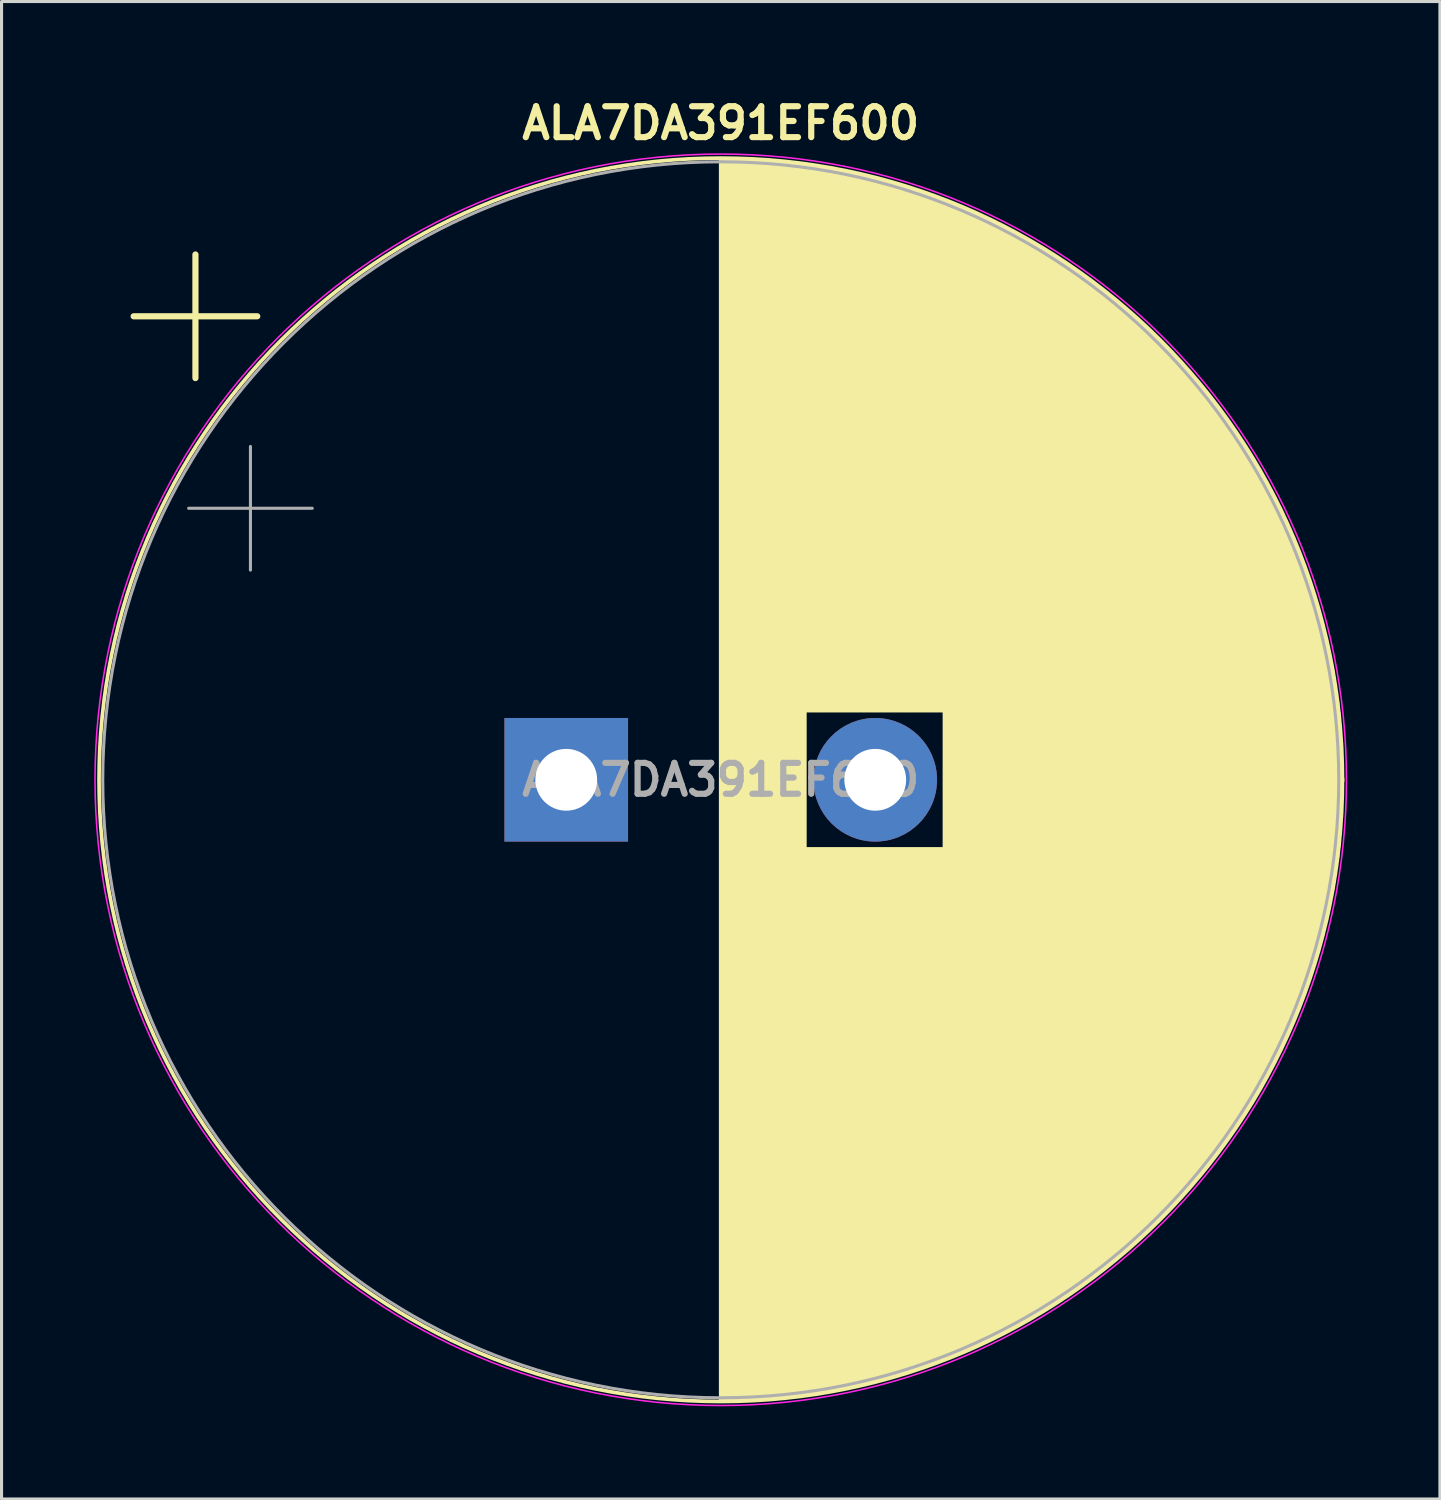
<source format=kicad_pcb>
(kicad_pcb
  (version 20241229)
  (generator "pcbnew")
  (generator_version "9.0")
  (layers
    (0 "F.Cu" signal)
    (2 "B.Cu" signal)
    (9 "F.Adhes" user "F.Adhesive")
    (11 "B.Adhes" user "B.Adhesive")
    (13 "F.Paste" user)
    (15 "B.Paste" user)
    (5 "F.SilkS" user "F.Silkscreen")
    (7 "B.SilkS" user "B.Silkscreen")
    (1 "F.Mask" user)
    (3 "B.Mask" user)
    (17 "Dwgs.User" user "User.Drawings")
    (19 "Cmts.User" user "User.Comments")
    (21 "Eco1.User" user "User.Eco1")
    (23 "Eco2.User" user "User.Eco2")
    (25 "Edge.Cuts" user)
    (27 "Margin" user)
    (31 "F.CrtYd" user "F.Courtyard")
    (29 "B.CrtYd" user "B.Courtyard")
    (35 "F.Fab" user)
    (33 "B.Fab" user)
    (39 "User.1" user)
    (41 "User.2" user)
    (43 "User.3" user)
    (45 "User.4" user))
  (footprint "ALA7DA391EF600"
    (layer "F.Cu")
    (at 15.275 22.186)
    (property "Reference" "ALA7DA391EF600" (at 5 -21.25 0) (layer "F.SilkS") (effects (font (size 1 1) (thickness 0.2))))
    (attr through_hole)
    (fp_line (start -14 -15) (end -10 -15) (stroke (width 0.2) (type solid)) (layer "F.SilkS"))
    (fp_line (start -12 -17) (end -12 -13) (stroke (width 0.2) (type solid)) (layer "F.SilkS"))
    (fp_line (start 5 -20.08) (end 5 20.08) (stroke (width 0.12) (type solid)) (layer "F.SilkS"))
    (fp_line (start 5.04 -20.08) (end 5.04 20.08) (stroke (width 0.12) (type solid)) (layer "F.SilkS"))
    (fp_line (start 5.08 -20.08) (end 5.08 20.08) (stroke (width 0.12) (type solid)) (layer "F.SilkS"))
    (fp_line (start 5.12 -20.08) (end 5.12 20.08) (stroke (width 0.12) (type solid)) (layer "F.SilkS"))
    (fp_line (start 5.16 -20.08) (end 5.16 20.08) (stroke (width 0.12) (type solid)) (layer "F.SilkS"))
    (fp_line (start 5.2 -20.08) (end 5.2 20.08) (stroke (width 0.12) (type solid)) (layer "F.SilkS"))
    (fp_line (start 5.24 -20.079) (end 5.24 20.079) (stroke (width 0.12) (type solid)) (layer "F.SilkS"))
    (fp_line (start 5.28 -20.079) (end 5.28 20.079) (stroke (width 0.12) (type solid)) (layer "F.SilkS"))
    (fp_line (start 5.32 -20.078) (end 5.32 20.078) (stroke (width 0.12) (type solid)) (layer "F.SilkS"))
    (fp_line (start 5.36 -20.077) (end 5.36 20.077) (stroke (width 0.12) (type solid)) (layer "F.SilkS"))
    (fp_line (start 5.44 -20.076) (end 5.44 20.076) (stroke (width 0.12) (type solid)) (layer "F.SilkS"))
    (fp_line (start 5.48 -20.075) (end 5.48 20.075) (stroke (width 0.12) (type solid)) (layer "F.SilkS"))
    (fp_line (start 5.52 -20.074) (end 5.52 20.074) (stroke (width 0.12) (type solid)) (layer "F.SilkS"))
    (fp_line (start 5.56 -20.073) (end 5.56 20.073) (stroke (width 0.12) (type solid)) (layer "F.SilkS"))
    (fp_line (start 5.6 -20.072) (end 5.6 20.072) (stroke (width 0.12) (type solid)) (layer "F.SilkS"))
    (fp_line (start 5.64 -20.07) (end 5.64 20.07) (stroke (width 0.12) (type solid)) (layer "F.SilkS"))
    (fp_line (start 5.68 -20.069) (end 5.68 20.069) (stroke (width 0.12) (type solid)) (layer "F.SilkS"))
    (fp_line (start 5.721 -20.068) (end 5.721 20.068) (stroke (width 0.12) (type solid)) (layer "F.SilkS"))
    (fp_line (start 5.761 -20.066) (end 5.761 20.066) (stroke (width 0.12) (type solid)) (layer "F.SilkS"))
    (fp_line (start 5.801 -20.065) (end 5.801 20.065) (stroke (width 0.12) (type solid)) (layer "F.SilkS"))
    (fp_line (start 5.841 -20.063) (end 5.841 20.063) (stroke (width 0.12) (type solid)) (layer "F.SilkS"))
    (fp_line (start 5.881 -20.061) (end 5.881 20.061) (stroke (width 0.12) (type solid)) (layer "F.SilkS"))
    (fp_line (start 5.921 -20.059) (end 5.921 20.059) (stroke (width 0.12) (type solid)) (layer "F.SilkS"))
    (fp_line (start 5.961 -20.058) (end 5.961 20.058) (stroke (width 0.12) (type solid)) (layer "F.SilkS"))
    (fp_line (start 6.001 -20.056) (end 6.001 20.056) (stroke (width 0.12) (type solid)) (layer "F.SilkS"))
    (fp_line (start 6.041 -20.054) (end 6.041 20.054) (stroke (width 0.12) (type solid)) (layer "F.SilkS"))
    (fp_line (start 6.081 -20.051) (end 6.081 20.051) (stroke (width 0.12) (type solid)) (layer "F.SilkS"))
    (fp_line (start 6.121 -20.049) (end 6.121 20.049) (stroke (width 0.12) (type solid)) (layer "F.SilkS"))
    (fp_line (start 6.161 -20.047) (end 6.161 20.047) (stroke (width 0.12) (type solid)) (layer "F.SilkS"))
    (fp_line (start 6.201 -20.045) (end 6.201 20.045) (stroke (width 0.12) (type solid)) (layer "F.SilkS"))
    (fp_line (start 6.241 -20.042) (end 6.241 20.042) (stroke (width 0.12) (type solid)) (layer "F.SilkS"))
    (fp_line (start 6.281 -20.04) (end 6.281 20.04) (stroke (width 0.12) (type solid)) (layer "F.SilkS"))
    (fp_line (start 6.321 -20.037) (end 6.321 20.037) (stroke (width 0.12) (type solid)) (layer "F.SilkS"))
    (fp_line (start 6.361 -20.034) (end 6.361 20.034) (stroke (width 0.12) (type solid)) (layer "F.SilkS"))
    (fp_line (start 6.401 -20.032) (end 6.401 20.032) (stroke (width 0.12) (type solid)) (layer "F.SilkS"))
    (fp_line (start 6.441 -20.029) (end 6.441 20.029) (stroke (width 0.12) (type solid)) (layer "F.SilkS"))
    (fp_line (start 6.481 -20.026) (end 6.481 20.026) (stroke (width 0.12) (type solid)) (layer "F.SilkS"))
    (fp_line (start 6.521 -20.023) (end 6.521 20.023) (stroke (width 0.12) (type solid)) (layer "F.SilkS"))
    (fp_line (start 6.561 -20.02) (end 6.561 20.02) (stroke (width 0.12) (type solid)) (layer "F.SilkS"))
    (fp_line (start 6.601 -20.017) (end 6.601 20.017) (stroke (width 0.12) (type solid)) (layer "F.SilkS"))
    (fp_line (start 6.641 -20.014) (end 6.641 20.014) (stroke (width 0.12) (type solid)) (layer "F.SilkS"))
    (fp_line (start 6.681 -20.01) (end 6.681 20.01) (stroke (width 0.12) (type solid)) (layer "F.SilkS"))
    (fp_line (start 6.721 -20.007) (end 6.721 20.007) (stroke (width 0.12) (type solid)) (layer "F.SilkS"))
    (fp_line (start 6.761 -20.003) (end 6.761 20.003) (stroke (width 0.12) (type solid)) (layer "F.SilkS"))
    (fp_line (start 6.801 -20) (end 6.801 20) (stroke (width 0.12) (type solid)) (layer "F.SilkS"))
    (fp_line (start 6.841 -19.996) (end 6.841 19.996) (stroke (width 0.12) (type solid)) (layer "F.SilkS"))
    (fp_line (start 6.921 -19.989) (end 6.921 19.989) (stroke (width 0.12) (type solid)) (layer "F.SilkS"))
    (fp_line (start 6.961 -19.985) (end 6.961 19.985) (stroke (width 0.12) (type solid)) (layer "F.SilkS"))
    (fp_line (start 7.001 -19.981) (end 7.001 19.981) (stroke (width 0.12) (type solid)) (layer "F.SilkS"))
    (fp_line (start 7.041 -19.977) (end 7.041 19.977) (stroke (width 0.12) (type solid)) (layer "F.SilkS"))
    (fp_line (start 7.081 -19.973) (end 7.081 19.973) (stroke (width 0.12) (type solid)) (layer "F.SilkS"))
    (fp_line (start 7.121 -19.968) (end 7.121 19.968) (stroke (width 0.12) (type solid)) (layer "F.SilkS"))
    (fp_line (start 7.161 -19.964) (end 7.161 19.964) (stroke (width 0.12) (type solid)) (layer "F.SilkS"))
    (fp_line (start 7.201 -19.96) (end 7.201 19.96) (stroke (width 0.12) (type solid)) (layer "F.SilkS"))
    (fp_line (start 7.241 -19.955) (end 7.241 19.955) (stroke (width 0.12) (type solid)) (layer "F.SilkS"))
    (fp_line (start 7.281 -19.951) (end 7.281 19.951) (stroke (width 0.12) (type solid)) (layer "F.SilkS"))
    (fp_line (start 7.321 -19.946) (end 7.321 19.946) (stroke (width 0.12) (type solid)) (layer "F.SilkS"))
    (fp_line (start 7.361 -19.942) (end 7.361 19.942) (stroke (width 0.12) (type solid)) (layer "F.SilkS"))
    (fp_line (start 7.401 -19.937) (end 7.401 19.937) (stroke (width 0.12) (type solid)) (layer "F.SilkS"))
    (fp_line (start 7.441 -19.932) (end 7.441 19.932) (stroke (width 0.12) (type solid)) (layer "F.SilkS"))
    (fp_line (start 7.481 -19.927) (end 7.481 19.927) (stroke (width 0.12) (type solid)) (layer "F.SilkS"))
    (fp_line (start 7.521 -19.922) (end 7.521 19.922) (stroke (width 0.12) (type solid)) (layer "F.SilkS"))
    (fp_line (start 7.561 -19.917) (end 7.561 19.917) (stroke (width 0.12) (type solid)) (layer "F.SilkS"))
    (fp_line (start 7.601 -19.912) (end 7.601 19.912) (stroke (width 0.12) (type solid)) (layer "F.SilkS"))
    (fp_line (start 7.641 -19.907) (end 7.641 19.907) (stroke (width 0.12) (type solid)) (layer "F.SilkS"))
    (fp_line (start 7.681 -19.901) (end 7.681 19.901) (stroke (width 0.12) (type solid)) (layer "F.SilkS"))
    (fp_line (start 7.721 -19.896) (end 7.721 19.896) (stroke (width 0.12) (type solid)) (layer "F.SilkS"))
    (fp_line (start 7.761 -19.89) (end 7.761 -2.24) (stroke (width 0.12) (type solid)) (layer "F.SilkS"))
    (fp_line (start 7.761 2.24) (end 7.761 19.89) (stroke (width 0.12) (type solid)) (layer "F.SilkS"))
    (fp_line (start 7.801 -19.885) (end 7.801 -2.24) (stroke (width 0.12) (type solid)) (layer "F.SilkS"))
    (fp_line (start 7.801 2.24) (end 7.801 19.885) (stroke (width 0.12) (type solid)) (layer "F.SilkS"))
    (fp_line (start 7.841 -19.879) (end 7.841 -2.24) (stroke (width 0.12) (type solid)) (layer "F.SilkS"))
    (fp_line (start 7.841 2.24) (end 7.841 19.879) (stroke (width 0.12) (type solid)) (layer "F.SilkS"))
    (fp_line (start 7.881 -19.873) (end 7.881 -2.24) (stroke (width 0.12) (type solid)) (layer "F.SilkS"))
    (fp_line (start 7.881 2.24) (end 7.881 19.873) (stroke (width 0.12) (type solid)) (layer "F.SilkS"))
    (fp_line (start 7.921 -19.867) (end 7.921 -2.24) (stroke (width 0.12) (type solid)) (layer "F.SilkS"))
    (fp_line (start 7.921 2.24) (end 7.921 19.867) (stroke (width 0.12) (type solid)) (layer "F.SilkS"))
    (fp_line (start 7.961 -19.862) (end 7.961 -2.24) (stroke (width 0.12) (type solid)) (layer "F.SilkS"))
    (fp_line (start 7.961 2.24) (end 7.961 19.862) (stroke (width 0.12) (type solid)) (layer "F.SilkS"))
    (fp_line (start 8.001 -19.856) (end 8.001 -2.24) (stroke (width 0.12) (type solid)) (layer "F.SilkS"))
    (fp_line (start 8.001 2.24) (end 8.001 19.856) (stroke (width 0.12) (type solid)) (layer "F.SilkS"))
    (fp_line (start 8.041 -19.85) (end 8.041 -2.24) (stroke (width 0.12) (type solid)) (layer "F.SilkS"))
    (fp_line (start 8.041 2.24) (end 8.041 19.85) (stroke (width 0.12) (type solid)) (layer "F.SilkS"))
    (fp_line (start 8.081 -19.843) (end 8.081 -2.24) (stroke (width 0.12) (type solid)) (layer "F.SilkS"))
    (fp_line (start 8.081 2.24) (end 8.081 19.843) (stroke (width 0.12) (type solid)) (layer "F.SilkS"))
    (fp_line (start 8.121 -19.837) (end 8.121 -2.24) (stroke (width 0.12) (type solid)) (layer "F.SilkS"))
    (fp_line (start 8.121 2.24) (end 8.121 19.837) (stroke (width 0.12) (type solid)) (layer "F.SilkS"))
    (fp_line (start 8.161 -19.831) (end 8.161 -2.24) (stroke (width 0.12) (type solid)) (layer "F.SilkS"))
    (fp_line (start 8.161 2.24) (end 8.161 19.831) (stroke (width 0.12) (type solid)) (layer "F.SilkS"))
    (fp_line (start 8.201 -19.824) (end 8.201 -2.24) (stroke (width 0.12) (type solid)) (layer "F.SilkS"))
    (fp_line (start 8.201 2.24) (end 8.201 19.824) (stroke (width 0.12) (type solid)) (layer "F.SilkS"))
    (fp_line (start 8.241 -19.818) (end 8.241 -2.24) (stroke (width 0.12) (type solid)) (layer "F.SilkS"))
    (fp_line (start 8.241 2.24) (end 8.241 19.818) (stroke (width 0.12) (type solid)) (layer "F.SilkS"))
    (fp_line (start 8.281 -19.811) (end 8.281 -2.24) (stroke (width 0.12) (type solid)) (layer "F.SilkS"))
    (fp_line (start 8.281 2.24) (end 8.281 19.811) (stroke (width 0.12) (type solid)) (layer "F.SilkS"))
    (fp_line (start 8.321 -19.805) (end 8.321 -2.24) (stroke (width 0.12) (type solid)) (layer "F.SilkS"))
    (fp_line (start 8.321 2.24) (end 8.321 19.805) (stroke (width 0.12) (type solid)) (layer "F.SilkS"))
    (fp_line (start 8.361 -19.798) (end 8.361 -2.24) (stroke (width 0.12) (type solid)) (layer "F.SilkS"))
    (fp_line (start 8.361 2.24) (end 8.361 19.798) (stroke (width 0.12) (type solid)) (layer "F.SilkS"))
    (fp_line (start 8.401 -19.791) (end 8.401 -2.24) (stroke (width 0.12) (type solid)) (layer "F.SilkS"))
    (fp_line (start 8.401 2.24) (end 8.401 19.791) (stroke (width 0.12) (type solid)) (layer "F.SilkS"))
    (fp_line (start 8.441 -19.784) (end 8.441 -2.24) (stroke (width 0.12) (type solid)) (layer "F.SilkS"))
    (fp_line (start 8.441 2.24) (end 8.441 19.784) (stroke (width 0.12) (type solid)) (layer "F.SilkS"))
    (fp_line (start 8.481 -19.777) (end 8.481 -2.24) (stroke (width 0.12) (type solid)) (layer "F.SilkS"))
    (fp_line (start 8.481 2.24) (end 8.481 19.777) (stroke (width 0.12) (type solid)) (layer "F.SilkS"))
    (fp_line (start 8.521 -19.77) (end 8.521 -2.24) (stroke (width 0.12) (type solid)) (layer "F.SilkS"))
    (fp_line (start 8.521 2.24) (end 8.521 19.77) (stroke (width 0.12) (type solid)) (layer "F.SilkS"))
    (fp_line (start 8.561 -19.763) (end 8.561 -2.24) (stroke (width 0.12) (type solid)) (layer "F.SilkS"))
    (fp_line (start 8.561 2.24) (end 8.561 19.763) (stroke (width 0.12) (type solid)) (layer "F.SilkS"))
    (fp_line (start 8.601 -19.756) (end 8.601 -2.24) (stroke (width 0.12) (type solid)) (layer "F.SilkS"))
    (fp_line (start 8.601 2.24) (end 8.601 19.756) (stroke (width 0.12) (type solid)) (layer "F.SilkS"))
    (fp_line (start 8.641 -19.748) (end 8.641 -2.24) (stroke (width 0.12) (type solid)) (layer "F.SilkS"))
    (fp_line (start 8.641 2.24) (end 8.641 19.748) (stroke (width 0.12) (type solid)) (layer "F.SilkS"))
    (fp_line (start 8.681 -19.741) (end 8.681 -2.24) (stroke (width 0.12) (type solid)) (layer "F.SilkS"))
    (fp_line (start 8.681 2.24) (end 8.681 19.741) (stroke (width 0.12) (type solid)) (layer "F.SilkS"))
    (fp_line (start 8.721 -19.734) (end 8.721 -2.24) (stroke (width 0.12) (type solid)) (layer "F.SilkS"))
    (fp_line (start 8.721 2.24) (end 8.721 19.734) (stroke (width 0.12) (type solid)) (layer "F.SilkS"))
    (fp_line (start 8.761 -19.726) (end 8.761 -2.24) (stroke (width 0.12) (type solid)) (layer "F.SilkS"))
    (fp_line (start 8.761 2.24) (end 8.761 19.726) (stroke (width 0.12) (type solid)) (layer "F.SilkS"))
    (fp_line (start 8.801 -19.718) (end 8.801 -2.24) (stroke (width 0.12) (type solid)) (layer "F.SilkS"))
    (fp_line (start 8.801 2.24) (end 8.801 19.718) (stroke (width 0.12) (type solid)) (layer "F.SilkS"))
    (fp_line (start 8.841 -19.711) (end 8.841 -2.24) (stroke (width 0.12) (type solid)) (layer "F.SilkS"))
    (fp_line (start 8.841 2.24) (end 8.841 19.711) (stroke (width 0.12) (type solid)) (layer "F.SilkS"))
    (fp_line (start 8.881 -19.703) (end 8.881 -2.24) (stroke (width 0.12) (type solid)) (layer "F.SilkS"))
    (fp_line (start 8.881 2.24) (end 8.881 19.703) (stroke (width 0.12) (type solid)) (layer "F.SilkS"))
    (fp_line (start 8.921 -19.695) (end 8.921 -2.24) (stroke (width 0.12) (type solid)) (layer "F.SilkS"))
    (fp_line (start 8.921 2.24) (end 8.921 19.695) (stroke (width 0.12) (type solid)) (layer "F.SilkS"))
    (fp_line (start 8.961 -19.687) (end 8.961 -2.24) (stroke (width 0.12) (type solid)) (layer "F.SilkS"))
    (fp_line (start 8.961 2.24) (end 8.961 19.687) (stroke (width 0.12) (type solid)) (layer "F.SilkS"))
    (fp_line (start 9.001 -19.679) (end 9.001 -2.24) (stroke (width 0.12) (type solid)) (layer "F.SilkS"))
    (fp_line (start 9.001 2.24) (end 9.001 19.679) (stroke (width 0.12) (type solid)) (layer "F.SilkS"))
    (fp_line (start 9.041 -19.671) (end 9.041 -2.24) (stroke (width 0.12) (type solid)) (layer "F.SilkS"))
    (fp_line (start 9.041 2.24) (end 9.041 19.671) (stroke (width 0.12) (type solid)) (layer "F.SilkS"))
    (fp_line (start 9.081 -19.662) (end 9.081 -2.24) (stroke (width 0.12) (type solid)) (layer "F.SilkS"))
    (fp_line (start 9.081 2.24) (end 9.081 19.662) (stroke (width 0.12) (type solid)) (layer "F.SilkS"))
    (fp_line (start 9.121 -19.654) (end 9.121 -2.24) (stroke (width 0.12) (type solid)) (layer "F.SilkS"))
    (fp_line (start 9.121 2.24) (end 9.121 19.654) (stroke (width 0.12) (type solid)) (layer "F.SilkS"))
    (fp_line (start 9.161 -19.646) (end 9.161 -2.24) (stroke (width 0.12) (type solid)) (layer "F.SilkS"))
    (fp_line (start 9.161 2.24) (end 9.161 19.646) (stroke (width 0.12) (type solid)) (layer "F.SilkS"))
    (fp_line (start 9.201 -19.637) (end 9.201 -2.24) (stroke (width 0.12) (type solid)) (layer "F.SilkS"))
    (fp_line (start 9.201 2.24) (end 9.201 19.637) (stroke (width 0.12) (type solid)) (layer "F.SilkS"))
    (fp_line (start 9.241 -19.629) (end 9.241 -2.24) (stroke (width 0.12) (type solid)) (layer "F.SilkS"))
    (fp_line (start 9.241 2.24) (end 9.241 19.629) (stroke (width 0.12) (type solid)) (layer "F.SilkS"))
    (fp_line (start 9.281 -19.62) (end 9.281 -2.24) (stroke (width 0.12) (type solid)) (layer "F.SilkS"))
    (fp_line (start 9.281 2.24) (end 9.281 19.62) (stroke (width 0.12) (type solid)) (layer "F.SilkS"))
    (fp_line (start 9.321 -19.611) (end 9.321 -2.24) (stroke (width 0.12) (type solid)) (layer "F.SilkS"))
    (fp_line (start 9.321 2.24) (end 9.321 19.611) (stroke (width 0.12) (type solid)) (layer "F.SilkS"))
    (fp_line (start 9.361 -19.602) (end 9.361 -2.24) (stroke (width 0.12) (type solid)) (layer "F.SilkS"))
    (fp_line (start 9.361 2.24) (end 9.361 19.602) (stroke (width 0.12) (type solid)) (layer "F.SilkS"))
    (fp_line (start 9.401 -19.593) (end 9.401 -2.24) (stroke (width 0.12) (type solid)) (layer "F.SilkS"))
    (fp_line (start 9.401 2.24) (end 9.401 19.593) (stroke (width 0.12) (type solid)) (layer "F.SilkS"))
    (fp_line (start 9.441 -19.584) (end 9.441 -2.24) (stroke (width 0.12) (type solid)) (layer "F.SilkS"))
    (fp_line (start 9.441 2.24) (end 9.441 19.584) (stroke (width 0.12) (type solid)) (layer "F.SilkS"))
    (fp_line (start 9.481 -19.575) (end 9.481 -2.24) (stroke (width 0.12) (type solid)) (layer "F.SilkS"))
    (fp_line (start 9.481 2.24) (end 9.481 19.575) (stroke (width 0.12) (type solid)) (layer "F.SilkS"))
    (fp_line (start 9.521 -19.566) (end 9.521 -2.24) (stroke (width 0.12) (type solid)) (layer "F.SilkS"))
    (fp_line (start 9.521 2.24) (end 9.521 19.566) (stroke (width 0.12) (type solid)) (layer "F.SilkS"))
    (fp_line (start 9.561 -19.557) (end 9.561 -2.24) (stroke (width 0.12) (type solid)) (layer "F.SilkS"))
    (fp_line (start 9.561 2.24) (end 9.561 19.557) (stroke (width 0.12) (type solid)) (layer "F.SilkS"))
    (fp_line (start 9.601 -19.548) (end 9.601 -2.24) (stroke (width 0.12) (type solid)) (layer "F.SilkS"))
    (fp_line (start 9.601 2.24) (end 9.601 19.548) (stroke (width 0.12) (type solid)) (layer "F.SilkS"))
    (fp_line (start 9.641 -19.538) (end 9.641 -2.24) (stroke (width 0.12) (type solid)) (layer "F.SilkS"))
    (fp_line (start 9.641 2.24) (end 9.641 19.538) (stroke (width 0.12) (type solid)) (layer "F.SilkS"))
    (fp_line (start 9.681 -19.529) (end 9.681 -2.24) (stroke (width 0.12) (type solid)) (layer "F.SilkS"))
    (fp_line (start 9.681 2.24) (end 9.681 19.529) (stroke (width 0.12) (type solid)) (layer "F.SilkS"))
    (fp_line (start 9.721 -19.519) (end 9.721 -2.24) (stroke (width 0.12) (type solid)) (layer "F.SilkS"))
    (fp_line (start 9.721 2.24) (end 9.721 19.519) (stroke (width 0.12) (type solid)) (layer "F.SilkS"))
    (fp_line (start 9.761 -19.509) (end 9.761 -2.24) (stroke (width 0.12) (type solid)) (layer "F.SilkS"))
    (fp_line (start 9.761 2.24) (end 9.761 19.509) (stroke (width 0.12) (type solid)) (layer "F.SilkS"))
    (fp_line (start 9.801 -19.5) (end 9.801 -2.24) (stroke (width 0.12) (type solid)) (layer "F.SilkS"))
    (fp_line (start 9.801 2.24) (end 9.801 19.5) (stroke (width 0.12) (type solid)) (layer "F.SilkS"))
    (fp_line (start 9.841 -19.49) (end 9.841 -2.24) (stroke (width 0.12) (type solid)) (layer "F.SilkS"))
    (fp_line (start 9.841 2.24) (end 9.841 19.49) (stroke (width 0.12) (type solid)) (layer "F.SilkS"))
    (fp_line (start 9.881 -19.48) (end 9.881 -2.24) (stroke (width 0.12) (type solid)) (layer "F.SilkS"))
    (fp_line (start 9.881 2.24) (end 9.881 19.48) (stroke (width 0.12) (type solid)) (layer "F.SilkS"))
    (fp_line (start 9.921 -19.47) (end 9.921 -2.24) (stroke (width 0.12) (type solid)) (layer "F.SilkS"))
    (fp_line (start 9.921 2.24) (end 9.921 19.47) (stroke (width 0.12) (type solid)) (layer "F.SilkS"))
    (fp_line (start 9.961 -19.46) (end 9.961 -2.24) (stroke (width 0.12) (type solid)) (layer "F.SilkS"))
    (fp_line (start 9.961 2.24) (end 9.961 19.46) (stroke (width 0.12) (type solid)) (layer "F.SilkS"))
    (fp_line (start 10.001 -19.449) (end 10.001 -2.24) (stroke (width 0.12) (type solid)) (layer "F.SilkS"))
    (fp_line (start 10.001 2.24) (end 10.001 19.449) (stroke (width 0.12) (type solid)) (layer "F.SilkS"))
    (fp_line (start 10.041 -19.439) (end 10.041 -2.24) (stroke (width 0.12) (type solid)) (layer "F.SilkS"))
    (fp_line (start 10.041 2.24) (end 10.041 19.439) (stroke (width 0.12) (type solid)) (layer "F.SilkS"))
    (fp_line (start 10.081 -19.429) (end 10.081 -2.24) (stroke (width 0.12) (type solid)) (layer "F.SilkS"))
    (fp_line (start 10.081 2.24) (end 10.081 19.429) (stroke (width 0.12) (type solid)) (layer "F.SilkS"))
    (fp_line (start 10.121 -19.418) (end 10.121 -2.24) (stroke (width 0.12) (type solid)) (layer "F.SilkS"))
    (fp_line (start 10.121 2.24) (end 10.121 19.418) (stroke (width 0.12) (type solid)) (layer "F.SilkS"))
    (fp_line (start 10.161 -19.408) (end 10.161 -2.24) (stroke (width 0.12) (type solid)) (layer "F.SilkS"))
    (fp_line (start 10.161 2.24) (end 10.161 19.408) (stroke (width 0.12) (type solid)) (layer "F.SilkS"))
    (fp_line (start 10.201 -19.397) (end 10.201 -2.24) (stroke (width 0.12) (type solid)) (layer "F.SilkS"))
    (fp_line (start 10.201 2.24) (end 10.201 19.397) (stroke (width 0.12) (type solid)) (layer "F.SilkS"))
    (fp_line (start 10.241 -19.386) (end 10.241 -2.24) (stroke (width 0.12) (type solid)) (layer "F.SilkS"))
    (fp_line (start 10.241 2.24) (end 10.241 19.386) (stroke (width 0.12) (type solid)) (layer "F.SilkS"))
    (fp_line (start 10.281 -19.375) (end 10.281 -2.24) (stroke (width 0.12) (type solid)) (layer "F.SilkS"))
    (fp_line (start 10.281 2.24) (end 10.281 19.375) (stroke (width 0.12) (type solid)) (layer "F.SilkS"))
    (fp_line (start 10.321 -19.364) (end 10.321 -2.24) (stroke (width 0.12) (type solid)) (layer "F.SilkS"))
    (fp_line (start 10.321 2.24) (end 10.321 19.364) (stroke (width 0.12) (type solid)) (layer "F.SilkS"))
    (fp_line (start 10.361 -19.353) (end 10.361 -2.24) (stroke (width 0.12) (type solid)) (layer "F.SilkS"))
    (fp_line (start 10.361 2.24) (end 10.361 19.353) (stroke (width 0.12) (type solid)) (layer "F.SilkS"))
    (fp_line (start 10.401 -19.342) (end 10.401 -2.24) (stroke (width 0.12) (type solid)) (layer "F.SilkS"))
    (fp_line (start 10.401 2.24) (end 10.401 19.342) (stroke (width 0.12) (type solid)) (layer "F.SilkS"))
    (fp_line (start 10.441 -19.331) (end 10.441 -2.24) (stroke (width 0.12) (type solid)) (layer "F.SilkS"))
    (fp_line (start 10.441 2.24) (end 10.441 19.331) (stroke (width 0.12) (type solid)) (layer "F.SilkS"))
    (fp_line (start 10.481 -19.32) (end 10.481 -2.24) (stroke (width 0.12) (type solid)) (layer "F.SilkS"))
    (fp_line (start 10.481 2.24) (end 10.481 19.32) (stroke (width 0.12) (type solid)) (layer "F.SilkS"))
    (fp_line (start 10.521 -19.308) (end 10.521 -2.24) (stroke (width 0.12) (type solid)) (layer "F.SilkS"))
    (fp_line (start 10.521 2.24) (end 10.521 19.308) (stroke (width 0.12) (type solid)) (layer "F.SilkS"))
    (fp_line (start 10.561 -19.297) (end 10.561 -2.24) (stroke (width 0.12) (type solid)) (layer "F.SilkS"))
    (fp_line (start 10.561 2.24) (end 10.561 19.297) (stroke (width 0.12) (type solid)) (layer "F.SilkS"))
    (fp_line (start 10.601 -19.285) (end 10.601 -2.24) (stroke (width 0.12) (type solid)) (layer "F.SilkS"))
    (fp_line (start 10.601 2.24) (end 10.601 19.285) (stroke (width 0.12) (type solid)) (layer "F.SilkS"))
    (fp_line (start 10.641 -19.274) (end 10.641 -2.24) (stroke (width 0.12) (type solid)) (layer "F.SilkS"))
    (fp_line (start 10.641 2.24) (end 10.641 19.274) (stroke (width 0.12) (type solid)) (layer "F.SilkS"))
    (fp_line (start 10.681 -19.262) (end 10.681 -2.24) (stroke (width 0.12) (type solid)) (layer "F.SilkS"))
    (fp_line (start 10.681 2.24) (end 10.681 19.262) (stroke (width 0.12) (type solid)) (layer "F.SilkS"))
    (fp_line (start 10.721 -19.25) (end 10.721 -2.24) (stroke (width 0.12) (type solid)) (layer "F.SilkS"))
    (fp_line (start 10.721 2.24) (end 10.721 19.25) (stroke (width 0.12) (type solid)) (layer "F.SilkS"))
    (fp_line (start 10.761 -19.238) (end 10.761 -2.24) (stroke (width 0.12) (type solid)) (layer "F.SilkS"))
    (fp_line (start 10.761 2.24) (end 10.761 19.238) (stroke (width 0.12) (type solid)) (layer "F.SilkS"))
    (fp_line (start 10.801 -19.226) (end 10.801 -2.24) (stroke (width 0.12) (type solid)) (layer "F.SilkS"))
    (fp_line (start 10.801 2.24) (end 10.801 19.226) (stroke (width 0.12) (type solid)) (layer "F.SilkS"))
    (fp_line (start 10.841 -19.214) (end 10.841 -2.24) (stroke (width 0.12) (type solid)) (layer "F.SilkS"))
    (fp_line (start 10.841 2.24) (end 10.841 19.214) (stroke (width 0.12) (type solid)) (layer "F.SilkS"))
    (fp_line (start 10.881 -19.202) (end 10.881 -2.24) (stroke (width 0.12) (type solid)) (layer "F.SilkS"))
    (fp_line (start 10.881 2.24) (end 10.881 19.202) (stroke (width 0.12) (type solid)) (layer "F.SilkS"))
    (fp_line (start 10.921 -19.19) (end 10.921 -2.24) (stroke (width 0.12) (type solid)) (layer "F.SilkS"))
    (fp_line (start 10.921 2.24) (end 10.921 19.19) (stroke (width 0.12) (type solid)) (layer "F.SilkS"))
    (fp_line (start 10.961 -19.177) (end 10.961 -2.24) (stroke (width 0.12) (type solid)) (layer "F.SilkS"))
    (fp_line (start 10.961 2.24) (end 10.961 19.177) (stroke (width 0.12) (type solid)) (layer "F.SilkS"))
    (fp_line (start 11.001 -19.165) (end 11.001 -2.24) (stroke (width 0.12) (type solid)) (layer "F.SilkS"))
    (fp_line (start 11.001 2.24) (end 11.001 19.165) (stroke (width 0.12) (type solid)) (layer "F.SilkS"))
    (fp_line (start 11.041 -19.152) (end 11.041 -2.24) (stroke (width 0.12) (type solid)) (layer "F.SilkS"))
    (fp_line (start 11.041 2.24) (end 11.041 19.152) (stroke (width 0.12) (type solid)) (layer "F.SilkS"))
    (fp_line (start 11.081 -19.14) (end 11.081 -2.24) (stroke (width 0.12) (type solid)) (layer "F.SilkS"))
    (fp_line (start 11.081 2.24) (end 11.081 19.14) (stroke (width 0.12) (type solid)) (layer "F.SilkS"))
    (fp_line (start 11.121 -19.127) (end 11.121 -2.24) (stroke (width 0.12) (type solid)) (layer "F.SilkS"))
    (fp_line (start 11.121 2.24) (end 11.121 19.127) (stroke (width 0.12) (type solid)) (layer "F.SilkS"))
    (fp_line (start 11.161 -19.114) (end 11.161 -2.24) (stroke (width 0.12) (type solid)) (layer "F.SilkS"))
    (fp_line (start 11.161 2.24) (end 11.161 19.114) (stroke (width 0.12) (type solid)) (layer "F.SilkS"))
    (fp_line (start 11.201 -19.101) (end 11.201 -2.24) (stroke (width 0.12) (type solid)) (layer "F.SilkS"))
    (fp_line (start 11.201 2.24) (end 11.201 19.101) (stroke (width 0.12) (type solid)) (layer "F.SilkS"))
    (fp_line (start 11.241 -19.088) (end 11.241 -2.24) (stroke (width 0.12) (type solid)) (layer "F.SilkS"))
    (fp_line (start 11.241 2.24) (end 11.241 19.088) (stroke (width 0.12) (type solid)) (layer "F.SilkS"))
    (fp_line (start 11.281 -19.075) (end 11.281 -2.24) (stroke (width 0.12) (type solid)) (layer "F.SilkS"))
    (fp_line (start 11.281 2.24) (end 11.281 19.075) (stroke (width 0.12) (type solid)) (layer "F.SilkS"))
    (fp_line (start 11.321 -19.062) (end 11.321 -2.24) (stroke (width 0.12) (type solid)) (layer "F.SilkS"))
    (fp_line (start 11.321 2.24) (end 11.321 19.062) (stroke (width 0.12) (type solid)) (layer "F.SilkS"))
    (fp_line (start 11.361 -19.049) (end 11.361 -2.24) (stroke (width 0.12) (type solid)) (layer "F.SilkS"))
    (fp_line (start 11.361 2.24) (end 11.361 19.049) (stroke (width 0.12) (type solid)) (layer "F.SilkS"))
    (fp_line (start 11.401 -19.035) (end 11.401 -2.24) (stroke (width 0.12) (type solid)) (layer "F.SilkS"))
    (fp_line (start 11.401 2.24) (end 11.401 19.035) (stroke (width 0.12) (type solid)) (layer "F.SilkS"))
    (fp_line (start 11.441 -19.022) (end 11.441 -2.24) (stroke (width 0.12) (type solid)) (layer "F.SilkS"))
    (fp_line (start 11.441 2.24) (end 11.441 19.022) (stroke (width 0.12) (type solid)) (layer "F.SilkS"))
    (fp_line (start 11.481 -19.008) (end 11.481 -2.24) (stroke (width 0.12) (type solid)) (layer "F.SilkS"))
    (fp_line (start 11.481 2.24) (end 11.481 19.008) (stroke (width 0.12) (type solid)) (layer "F.SilkS"))
    (fp_line (start 11.521 -18.995) (end 11.521 -2.24) (stroke (width 0.12) (type solid)) (layer "F.SilkS"))
    (fp_line (start 11.521 2.24) (end 11.521 18.995) (stroke (width 0.12) (type solid)) (layer "F.SilkS"))
    (fp_line (start 11.561 -18.981) (end 11.561 -2.24) (stroke (width 0.12) (type solid)) (layer "F.SilkS"))
    (fp_line (start 11.561 2.24) (end 11.561 18.981) (stroke (width 0.12) (type solid)) (layer "F.SilkS"))
    (fp_line (start 11.601 -18.967) (end 11.601 -2.24) (stroke (width 0.12) (type solid)) (layer "F.SilkS"))
    (fp_line (start 11.601 2.24) (end 11.601 18.967) (stroke (width 0.12) (type solid)) (layer "F.SilkS"))
    (fp_line (start 11.641 -18.953) (end 11.641 -2.24) (stroke (width 0.12) (type solid)) (layer "F.SilkS"))
    (fp_line (start 11.641 2.24) (end 11.641 18.953) (stroke (width 0.12) (type solid)) (layer "F.SilkS"))
    (fp_line (start 11.681 -18.939) (end 11.681 -2.24) (stroke (width 0.12) (type solid)) (layer "F.SilkS"))
    (fp_line (start 11.681 2.24) (end 11.681 18.939) (stroke (width 0.12) (type solid)) (layer "F.SilkS"))
    (fp_line (start 11.721 -18.925) (end 11.721 -2.24) (stroke (width 0.12) (type solid)) (layer "F.SilkS"))
    (fp_line (start 11.721 2.24) (end 11.721 18.925) (stroke (width 0.12) (type solid)) (layer "F.SilkS"))
    (fp_line (start 11.761 -18.911) (end 11.761 -2.24) (stroke (width 0.12) (type solid)) (layer "F.SilkS"))
    (fp_line (start 11.761 2.24) (end 11.761 18.911) (stroke (width 0.12) (type solid)) (layer "F.SilkS"))
    (fp_line (start 11.801 -18.897) (end 11.801 -2.24) (stroke (width 0.12) (type solid)) (layer "F.SilkS"))
    (fp_line (start 11.801 2.24) (end 11.801 18.897) (stroke (width 0.12) (type solid)) (layer "F.SilkS"))
    (fp_line (start 11.841 -18.882) (end 11.841 -2.24) (stroke (width 0.12) (type solid)) (layer "F.SilkS"))
    (fp_line (start 11.841 2.24) (end 11.841 18.882) (stroke (width 0.12) (type solid)) (layer "F.SilkS"))
    (fp_line (start 11.881 -18.868) (end 11.881 -2.24) (stroke (width 0.12) (type solid)) (layer "F.SilkS"))
    (fp_line (start 11.881 2.24) (end 11.881 18.868) (stroke (width 0.12) (type solid)) (layer "F.SilkS"))
    (fp_line (start 11.921 -18.853) (end 11.921 -2.24) (stroke (width 0.12) (type solid)) (layer "F.SilkS"))
    (fp_line (start 11.921 2.24) (end 11.921 18.853) (stroke (width 0.12) (type solid)) (layer "F.SilkS"))
    (fp_line (start 11.961 -18.838) (end 11.961 -2.24) (stroke (width 0.12) (type solid)) (layer "F.SilkS"))
    (fp_line (start 11.961 2.24) (end 11.961 18.838) (stroke (width 0.12) (type solid)) (layer "F.SilkS"))
    (fp_line (start 12.001 -18.824) (end 12.001 -2.24) (stroke (width 0.12) (type solid)) (layer "F.SilkS"))
    (fp_line (start 12.001 2.24) (end 12.001 18.824) (stroke (width 0.12) (type solid)) (layer "F.SilkS"))
    (fp_line (start 12.041 -18.809) (end 12.041 -2.24) (stroke (width 0.12) (type solid)) (layer "F.SilkS"))
    (fp_line (start 12.041 2.24) (end 12.041 18.809) (stroke (width 0.12) (type solid)) (layer "F.SilkS"))
    (fp_line (start 12.081 -18.794) (end 12.081 -2.24) (stroke (width 0.12) (type solid)) (layer "F.SilkS"))
    (fp_line (start 12.081 2.24) (end 12.081 18.794) (stroke (width 0.12) (type solid)) (layer "F.SilkS"))
    (fp_line (start 12.121 -18.779) (end 12.121 -2.24) (stroke (width 0.12) (type solid)) (layer "F.SilkS"))
    (fp_line (start 12.121 2.24) (end 12.121 18.779) (stroke (width 0.12) (type solid)) (layer "F.SilkS"))
    (fp_line (start 12.161 -18.763) (end 12.161 -2.24) (stroke (width 0.12) (type solid)) (layer "F.SilkS"))
    (fp_line (start 12.161 2.24) (end 12.161 18.763) (stroke (width 0.12) (type solid)) (layer "F.SilkS"))
    (fp_line (start 12.201 -18.748) (end 12.201 -2.24) (stroke (width 0.12) (type solid)) (layer "F.SilkS"))
    (fp_line (start 12.201 2.24) (end 12.201 18.748) (stroke (width 0.12) (type solid)) (layer "F.SilkS"))
    (fp_line (start 12.241 -18.733) (end 12.241 18.733) (stroke (width 0.12) (type solid)) (layer "F.SilkS"))
    (fp_line (start 12.281 -18.717) (end 12.281 18.717) (stroke (width 0.12) (type solid)) (layer "F.SilkS"))
    (fp_line (start 12.321 -18.702) (end 12.321 18.702) (stroke (width 0.12) (type solid)) (layer "F.SilkS"))
    (fp_line (start 12.361 -18.686) (end 12.361 18.686) (stroke (width 0.12) (type solid)) (layer "F.SilkS"))
    (fp_line (start 12.401 -18.67) (end 12.401 18.67) (stroke (width 0.12) (type solid)) (layer "F.SilkS"))
    (fp_line (start 12.441 -18.654) (end 12.441 18.654) (stroke (width 0.12) (type solid)) (layer "F.SilkS"))
    (fp_line (start 12.481 -18.638) (end 12.481 18.638) (stroke (width 0.12) (type solid)) (layer "F.SilkS"))
    (fp_line (start 12.521 -18.622) (end 12.521 18.622) (stroke (width 0.12) (type solid)) (layer "F.SilkS"))
    (fp_line (start 12.561 -18.606) (end 12.561 18.606) (stroke (width 0.12) (type solid)) (layer "F.SilkS"))
    (fp_line (start 12.601 -18.59) (end 12.601 18.59) (stroke (width 0.12) (type solid)) (layer "F.SilkS"))
    (fp_line (start 12.641 -18.574) (end 12.641 18.574) (stroke (width 0.12) (type solid)) (layer "F.SilkS"))
    (fp_line (start 12.681 -18.557) (end 12.681 18.557) (stroke (width 0.12) (type solid)) (layer "F.SilkS"))
    (fp_line (start 12.721 -18.54) (end 12.721 18.54) (stroke (width 0.12) (type solid)) (layer "F.SilkS"))
    (fp_line (start 12.761 -18.524) (end 12.761 18.524) (stroke (width 0.12) (type solid)) (layer "F.SilkS"))
    (fp_line (start 12.801 -18.507) (end 12.801 18.507) (stroke (width 0.12) (type solid)) (layer "F.SilkS"))
    (fp_line (start 12.841 -18.49) (end 12.841 18.49) (stroke (width 0.12) (type solid)) (layer "F.SilkS"))
    (fp_line (start 12.881 -18.473) (end 12.881 18.473) (stroke (width 0.12) (type solid)) (layer "F.SilkS"))
    (fp_line (start 12.921 -18.456) (end 12.921 18.456) (stroke (width 0.12) (type solid)) (layer "F.SilkS"))
    (fp_line (start 12.961 -18.439) (end 12.961 18.439) (stroke (width 0.12) (type solid)) (layer "F.SilkS"))
    (fp_line (start 13.001 -18.422) (end 13.001 18.422) (stroke (width 0.12) (type solid)) (layer "F.SilkS"))
    (fp_line (start 13.041 -18.404) (end 13.041 18.404) (stroke (width 0.12) (type solid)) (layer "F.SilkS"))
    (fp_line (start 13.081 -18.387) (end 13.081 18.387) (stroke (width 0.12) (type solid)) (layer "F.SilkS"))
    (fp_line (start 13.121 -18.369) (end 13.121 18.369) (stroke (width 0.12) (type solid)) (layer "F.SilkS"))
    (fp_line (start 13.161 -18.351) (end 13.161 18.351) (stroke (width 0.12) (type solid)) (layer "F.SilkS"))
    (fp_line (start 13.2 -18.334) (end 13.2 18.334) (stroke (width 0.12) (type solid)) (layer "F.SilkS"))
    (fp_line (start 13.24 -18.316) (end 13.24 18.316) (stroke (width 0.12) (type solid)) (layer "F.SilkS"))
    (fp_line (start 13.28 -18.298) (end 13.28 18.298) (stroke (width 0.12) (type solid)) (layer "F.SilkS"))
    (fp_line (start 13.32 -18.28) (end 13.32 18.28) (stroke (width 0.12) (type solid)) (layer "F.SilkS"))
    (fp_line (start 13.36 -18.261) (end 13.36 18.261) (stroke (width 0.12) (type solid)) (layer "F.SilkS"))
    (fp_line (start 13.4 -18.243) (end 13.4 18.243) (stroke (width 0.12) (type solid)) (layer "F.SilkS"))
    (fp_line (start 13.44 -18.225) (end 13.44 18.225) (stroke (width 0.12) (type solid)) (layer "F.SilkS"))
    (fp_line (start 13.48 -18.206) (end 13.48 18.206) (stroke (width 0.12) (type solid)) (layer "F.SilkS"))
    (fp_line (start 13.52 -18.188) (end 13.52 18.188) (stroke (width 0.12) (type solid)) (layer "F.SilkS"))
    (fp_line (start 13.56 -18.169) (end 13.56 18.169) (stroke (width 0.12) (type solid)) (layer "F.SilkS"))
    (fp_line (start 13.6 -18.15) (end 13.6 18.15) (stroke (width 0.12) (type solid)) (layer "F.SilkS"))
    (fp_line (start 13.64 -18.131) (end 13.64 18.131) (stroke (width 0.12) (type solid)) (layer "F.SilkS"))
    (fp_line (start 13.68 -18.112) (end 13.68 18.112) (stroke (width 0.12) (type solid)) (layer "F.SilkS"))
    (fp_line (start 13.72 -18.093) (end 13.72 18.093) (stroke (width 0.12) (type solid)) (layer "F.SilkS"))
    (fp_line (start 13.76 -18.073) (end 13.76 18.073) (stroke (width 0.12) (type solid)) (layer "F.SilkS"))
    (fp_line (start 13.8 -18.054) (end 13.8 18.054) (stroke (width 0.12) (type solid)) (layer "F.SilkS"))
    (fp_line (start 13.84 -18.034) (end 13.84 18.034) (stroke (width 0.12) (type solid)) (layer "F.SilkS"))
    (fp_line (start 13.88 -18.015) (end 13.88 18.015) (stroke (width 0.12) (type solid)) (layer "F.SilkS"))
    (fp_line (start 13.92 -17.995) (end 13.92 17.995) (stroke (width 0.12) (type solid)) (layer "F.SilkS"))
    (fp_line (start 13.96 -17.975) (end 13.96 17.975) (stroke (width 0.12) (type solid)) (layer "F.SilkS"))
    (fp_line (start 14 -17.955) (end 14 17.955) (stroke (width 0.12) (type solid)) (layer "F.SilkS"))
    (fp_line (start 14.04 -17.935) (end 14.04 17.935) (stroke (width 0.12) (type solid)) (layer "F.SilkS"))
    (fp_line (start 14.08 -17.915) (end 14.08 17.915) (stroke (width 0.12) (type solid)) (layer "F.SilkS"))
    (fp_line (start 14.12 -17.895) (end 14.12 17.895) (stroke (width 0.12) (type solid)) (layer "F.SilkS"))
    (fp_line (start 14.16 -17.874) (end 14.16 17.874) (stroke (width 0.12) (type solid)) (layer "F.SilkS"))
    (fp_line (start 14.2 -17.854) (end 14.2 17.854) (stroke (width 0.12) (type solid)) (layer "F.SilkS"))
    (fp_line (start 14.24 -17.833) (end 14.24 17.833) (stroke (width 0.12) (type solid)) (layer "F.SilkS"))
    (fp_line (start 14.28 -17.813) (end 14.28 17.813) (stroke (width 0.12) (type solid)) (layer "F.SilkS"))
    (fp_line (start 14.32 -17.792) (end 14.32 17.792) (stroke (width 0.12) (type solid)) (layer "F.SilkS"))
    (fp_line (start 14.36 -17.771) (end 14.36 17.771) (stroke (width 0.12) (type solid)) (layer "F.SilkS"))
    (fp_line (start 14.4 -17.75) (end 14.4 17.75) (stroke (width 0.12) (type solid)) (layer "F.SilkS"))
    (fp_line (start 14.44 -17.728) (end 14.44 17.728) (stroke (width 0.12) (type solid)) (layer "F.SilkS"))
    (fp_line (start 14.48 -17.707) (end 14.48 17.707) (stroke (width 0.12) (type solid)) (layer "F.SilkS"))
    (fp_line (start 14.52 -17.686) (end 14.52 17.686) (stroke (width 0.12) (type solid)) (layer "F.SilkS"))
    (fp_line (start 14.56 -17.664) (end 14.56 17.664) (stroke (width 0.12) (type solid)) (layer "F.SilkS"))
    (fp_line (start 14.6 -17.643) (end 14.6 17.643) (stroke (width 0.12) (type solid)) (layer "F.SilkS"))
    (fp_line (start 14.64 -17.621) (end 14.64 17.621) (stroke (width 0.12) (type solid)) (layer "F.SilkS"))
    (fp_line (start 14.68 -17.599) (end 14.68 17.599) (stroke (width 0.12) (type solid)) (layer "F.SilkS"))
    (fp_line (start 14.72 -17.577) (end 14.72 17.577) (stroke (width 0.12) (type solid)) (layer "F.SilkS"))
    (fp_line (start 14.76 -17.555) (end 14.76 17.555) (stroke (width 0.12) (type solid)) (layer "F.SilkS"))
    (fp_line (start 14.8 -17.532) (end 14.8 17.532) (stroke (width 0.12) (type solid)) (layer "F.SilkS"))
    (fp_line (start 14.84 -17.51) (end 14.84 17.51) (stroke (width 0.12) (type solid)) (layer "F.SilkS"))
    (fp_line (start 14.88 -17.488) (end 14.88 17.488) (stroke (width 0.12) (type solid)) (layer "F.SilkS"))
    (fp_line (start 14.92 -17.465) (end 14.92 17.465) (stroke (width 0.12) (type solid)) (layer "F.SilkS"))
    (fp_line (start 14.96 -17.442) (end 14.96 17.442) (stroke (width 0.12) (type solid)) (layer "F.SilkS"))
    (fp_line (start 15 -17.419) (end 15 17.419) (stroke (width 0.12) (type solid)) (layer "F.SilkS"))
    (fp_line (start 15.04 -17.396) (end 15.04 17.396) (stroke (width 0.12) (type solid)) (layer "F.SilkS"))
    (fp_line (start 15.08 -17.373) (end 15.08 17.373) (stroke (width 0.12) (type solid)) (layer "F.SilkS"))
    (fp_line (start 15.12 -17.35) (end 15.12 17.35) (stroke (width 0.12) (type solid)) (layer "F.SilkS"))
    (fp_line (start 15.16 -17.327) (end 15.16 17.327) (stroke (width 0.12) (type solid)) (layer "F.SilkS"))
    (fp_line (start 15.2 -17.303) (end 15.2 17.303) (stroke (width 0.12) (type solid)) (layer "F.SilkS"))
    (fp_line (start 15.24 -17.28) (end 15.24 17.28) (stroke (width 0.12) (type solid)) (layer "F.SilkS"))
    (fp_line (start 15.28 -17.256) (end 15.28 17.256) (stroke (width 0.12) (type solid)) (layer "F.SilkS"))
    (fp_line (start 15.32 -17.232) (end 15.32 17.232) (stroke (width 0.12) (type solid)) (layer "F.SilkS"))
    (fp_line (start 15.36 -17.208) (end 15.36 17.208) (stroke (width 0.12) (type solid)) (layer "F.SilkS"))
    (fp_line (start 15.4 -17.184) (end 15.4 17.184) (stroke (width 0.12) (type solid)) (layer "F.SilkS"))
    (fp_line (start 15.44 -17.16) (end 15.44 17.16) (stroke (width 0.12) (type solid)) (layer "F.SilkS"))
    (fp_line (start 15.48 -17.136) (end 15.48 17.136) (stroke (width 0.12) (type solid)) (layer "F.SilkS"))
    (fp_line (start 15.52 -17.111) (end 15.52 17.111) (stroke (width 0.12) (type solid)) (layer "F.SilkS"))
    (fp_line (start 15.56 -17.087) (end 15.56 17.087) (stroke (width 0.12) (type solid)) (layer "F.SilkS"))
    (fp_line (start 15.6 -17.062) (end 15.6 17.062) (stroke (width 0.12) (type solid)) (layer "F.SilkS"))
    (fp_line (start 15.64 -17.037) (end 15.64 17.037) (stroke (width 0.12) (type solid)) (layer "F.SilkS"))
    (fp_line (start 15.68 -17.012) (end 15.68 17.012) (stroke (width 0.12) (type solid)) (layer "F.SilkS"))
    (fp_line (start 15.72 -16.987) (end 15.72 16.987) (stroke (width 0.12) (type solid)) (layer "F.SilkS"))
    (fp_line (start 15.76 -16.962) (end 15.76 16.962) (stroke (width 0.12) (type solid)) (layer "F.SilkS"))
    (fp_line (start 15.8 -16.936) (end 15.8 16.936) (stroke (width 0.12) (type solid)) (layer "F.SilkS"))
    (fp_line (start 15.84 -16.911) (end 15.84 16.911) (stroke (width 0.12) (type solid)) (layer "F.SilkS"))
    (fp_line (start 15.88 -16.885) (end 15.88 16.885) (stroke (width 0.12) (type solid)) (layer "F.SilkS"))
    (fp_line (start 15.92 -16.859) (end 15.92 16.859) (stroke (width 0.12) (type solid)) (layer "F.SilkS"))
    (fp_line (start 15.96 -16.833) (end 15.96 16.833) (stroke (width 0.12) (type solid)) (layer "F.SilkS"))
    (fp_line (start 16 -16.807) (end 16 16.807) (stroke (width 0.12) (type solid)) (layer "F.SilkS"))
    (fp_line (start 16.04 -16.781) (end 16.04 16.781) (stroke (width 0.12) (type solid)) (layer "F.SilkS"))
    (fp_line (start 16.08 -16.755) (end 16.08 16.755) (stroke (width 0.12) (type solid)) (layer "F.SilkS"))
    (fp_line (start 16.12 -16.728) (end 16.12 16.728) (stroke (width 0.12) (type solid)) (layer "F.SilkS"))
    (fp_line (start 16.16 -16.702) (end 16.16 16.702) (stroke (width 0.12) (type solid)) (layer "F.SilkS"))
    (fp_line (start 16.2 -16.675) (end 16.2 16.675) (stroke (width 0.12) (type solid)) (layer "F.SilkS"))
    (fp_line (start 16.24 -16.648) (end 16.24 16.648) (stroke (width 0.12) (type solid)) (layer "F.SilkS"))
    (fp_line (start 16.28 -16.621) (end 16.28 16.621) (stroke (width 0.12) (type solid)) (layer "F.SilkS"))
    (fp_line (start 16.32 -16.594) (end 16.32 16.594) (stroke (width 0.12) (type solid)) (layer "F.SilkS"))
    (fp_line (start 16.36 -16.567) (end 16.36 16.567) (stroke (width 0.12) (type solid)) (layer "F.SilkS"))
    (fp_line (start 16.4 -16.539) (end 16.4 16.539) (stroke (width 0.12) (type solid)) (layer "F.SilkS"))
    (fp_line (start 16.44 -16.512) (end 16.44 16.512) (stroke (width 0.12) (type solid)) (layer "F.SilkS"))
    (fp_line (start 16.48 -16.484) (end 16.48 16.484) (stroke (width 0.12) (type solid)) (layer "F.SilkS"))
    (fp_line (start 16.52 -16.456) (end 16.52 16.456) (stroke (width 0.12) (type solid)) (layer "F.SilkS"))
    (fp_line (start 16.56 -16.428) (end 16.56 16.428) (stroke (width 0.12) (type solid)) (layer "F.SilkS"))
    (fp_line (start 16.6 -16.4) (end 16.6 16.4) (stroke (width 0.12) (type solid)) (layer "F.SilkS"))
    (fp_line (start 16.64 -16.372) (end 16.64 16.372) (stroke (width 0.12) (type solid)) (layer "F.SilkS"))
    (fp_line (start 16.68 -16.343) (end 16.68 16.343) (stroke (width 0.12) (type solid)) (layer "F.SilkS"))
    (fp_line (start 16.72 -16.315) (end 16.72 16.315) (stroke (width 0.12) (type solid)) (layer "F.SilkS"))
    (fp_line (start 16.76 -16.286) (end 16.76 16.286) (stroke (width 0.12) (type solid)) (layer "F.SilkS"))
    (fp_line (start 16.8 -16.257) (end 16.8 16.257) (stroke (width 0.12) (type solid)) (layer "F.SilkS"))
    (fp_line (start 16.84 -16.228) (end 16.84 16.228) (stroke (width 0.12) (type solid)) (layer "F.SilkS"))
    (fp_line (start 16.88 -16.199) (end 16.88 16.199) (stroke (width 0.12) (type solid)) (layer "F.SilkS"))
    (fp_line (start 16.92 -16.169) (end 16.92 16.169) (stroke (width 0.12) (type solid)) (layer "F.SilkS"))
    (fp_line (start 16.96 -16.14) (end 16.96 16.14) (stroke (width 0.12) (type solid)) (layer "F.SilkS"))
    (fp_line (start 17 -16.11) (end 17 16.11) (stroke (width 0.12) (type solid)) (layer "F.SilkS"))
    (fp_line (start 17.04 -16.08) (end 17.04 16.08) (stroke (width 0.12) (type solid)) (layer "F.SilkS"))
    (fp_line (start 17.08 -16.05) (end 17.08 16.05) (stroke (width 0.12) (type solid)) (layer "F.SilkS"))
    (fp_line (start 17.12 -16.02) (end 17.12 16.02) (stroke (width 0.12) (type solid)) (layer "F.SilkS"))
    (fp_line (start 17.16 -15.99) (end 17.16 15.99) (stroke (width 0.12) (type solid)) (layer "F.SilkS"))
    (fp_line (start 17.2 -15.96) (end 17.2 15.96) (stroke (width 0.12) (type solid)) (layer "F.SilkS"))
    (fp_line (start 17.24 -15.929) (end 17.24 15.929) (stroke (width 0.12) (type solid)) (layer "F.SilkS"))
    (fp_line (start 17.28 -15.898) (end 17.28 15.898) (stroke (width 0.12) (type solid)) (layer "F.SilkS"))
    (fp_line (start 17.32 -15.867) (end 17.32 15.867) (stroke (width 0.12) (type solid)) (layer "F.SilkS"))
    (fp_line (start 17.36 -15.836) (end 17.36 15.836) (stroke (width 0.12) (type solid)) (layer "F.SilkS"))
    (fp_line (start 17.4 -15.805) (end 17.4 15.805) (stroke (width 0.12) (type solid)) (layer "F.SilkS"))
    (fp_line (start 17.44 -15.774) (end 17.44 15.774) (stroke (width 0.12) (type solid)) (layer "F.SilkS"))
    (fp_line (start 17.48 -15.742) (end 17.48 15.742) (stroke (width 0.12) (type solid)) (layer "F.SilkS"))
    (fp_line (start 17.52 -15.711) (end 17.52 15.711) (stroke (width 0.12) (type solid)) (layer "F.SilkS"))
    (fp_line (start 17.56 -15.679) (end 17.56 15.679) (stroke (width 0.12) (type solid)) (layer "F.SilkS"))
    (fp_line (start 17.6 -15.647) (end 17.6 15.647) (stroke (width 0.12) (type solid)) (layer "F.SilkS"))
    (fp_line (start 17.64 -15.614) (end 17.64 15.614) (stroke (width 0.12) (type solid)) (layer "F.SilkS"))
    (fp_line (start 17.68 -15.582) (end 17.68 15.582) (stroke (width 0.12) (type solid)) (layer "F.SilkS"))
    (fp_line (start 17.72 -15.549) (end 17.72 15.549) (stroke (width 0.12) (type solid)) (layer "F.SilkS"))
    (fp_line (start 17.76 -15.517) (end 17.76 15.517) (stroke (width 0.12) (type solid)) (layer "F.SilkS"))
    (fp_line (start 17.8 -15.484) (end 17.8 15.484) (stroke (width 0.12) (type solid)) (layer "F.SilkS"))
    (fp_line (start 17.84 -15.451) (end 17.84 15.451) (stroke (width 0.12) (type solid)) (layer "F.SilkS"))
    (fp_line (start 17.88 -15.418) (end 17.88 15.418) (stroke (width 0.12) (type solid)) (layer "F.SilkS"))
    (fp_line (start 17.92 -15.384) (end 17.92 15.384) (stroke (width 0.12) (type solid)) (layer "F.SilkS"))
    (fp_line (start 17.96 -15.351) (end 17.96 15.351) (stroke (width 0.12) (type solid)) (layer "F.SilkS"))
    (fp_line (start 18 -15.317) (end 18 15.317) (stroke (width 0.12) (type solid)) (layer "F.SilkS"))
    (fp_line (start 18.04 -15.283) (end 18.04 15.283) (stroke (width 0.12) (type solid)) (layer "F.SilkS"))
    (fp_line (start 18.08 -15.249) (end 18.08 15.249) (stroke (width 0.12) (type solid)) (layer "F.SilkS"))
    (fp_line (start 18.12 -15.214) (end 18.12 15.214) (stroke (width 0.12) (type solid)) (layer "F.SilkS"))
    (fp_line (start 18.16 -15.18) (end 18.16 15.18) (stroke (width 0.12) (type solid)) (layer "F.SilkS"))
    (fp_line (start 18.2 -15.145) (end 18.2 15.145) (stroke (width 0.12) (type solid)) (layer "F.SilkS"))
    (fp_line (start 18.24 -15.11) (end 18.24 15.11) (stroke (width 0.12) (type solid)) (layer "F.SilkS"))
    (fp_line (start 18.28 -15.075) (end 18.28 15.075) (stroke (width 0.12) (type solid)) (layer "F.SilkS"))
    (fp_line (start 18.32 -15.04) (end 18.32 15.04) (stroke (width 0.12) (type solid)) (layer "F.SilkS"))
    (fp_line (start 18.36 -15.005) (end 18.36 15.005) (stroke (width 0.12) (type solid)) (layer "F.SilkS"))
    (fp_line (start 18.4 -14.969) (end 18.4 14.969) (stroke (width 0.12) (type solid)) (layer "F.SilkS"))
    (fp_line (start 18.44 -14.933) (end 18.44 14.933) (stroke (width 0.12) (type solid)) (layer "F.SilkS"))
    (fp_line (start 18.48 -14.897) (end 18.48 14.897) (stroke (width 0.12) (type solid)) (layer "F.SilkS"))
    (fp_line (start 18.52 -14.861) (end 18.52 14.861) (stroke (width 0.12) (type solid)) (layer "F.SilkS"))
    (fp_line (start 18.56 -14.825) (end 18.56 14.825) (stroke (width 0.12) (type solid)) (layer "F.SilkS"))
    (fp_line (start 18.6 -14.788) (end 18.6 14.788) (stroke (width 0.12) (type solid)) (layer "F.SilkS"))
    (fp_line (start 18.64 -14.751) (end 18.64 14.751) (stroke (width 0.12) (type solid)) (layer "F.SilkS"))
    (fp_line (start 18.68 -14.714) (end 18.68 14.714) (stroke (width 0.12) (type solid)) (layer "F.SilkS"))
    (fp_line (start 18.72 -14.677) (end 18.72 14.677) (stroke (width 0.12) (type solid)) (layer "F.SilkS"))
    (fp_line (start 18.76 -14.64) (end 18.76 14.64) (stroke (width 0.12) (type solid)) (layer "F.SilkS"))
    (fp_line (start 18.8 -14.602) (end 18.8 14.602) (stroke (width 0.12) (type solid)) (layer "F.SilkS"))
    (fp_line (start 18.84 -14.564) (end 18.84 14.564) (stroke (width 0.12) (type solid)) (layer "F.SilkS"))
    (fp_line (start 18.88 -14.526) (end 18.88 14.526) (stroke (width 0.12) (type solid)) (layer "F.SilkS"))
    (fp_line (start 18.92 -14.488) (end 18.92 14.488) (stroke (width 0.12) (type solid)) (layer "F.SilkS"))
    (fp_line (start 18.96 -14.45) (end 18.96 14.45) (stroke (width 0.12) (type solid)) (layer "F.SilkS"))
    (fp_line (start 19 -14.411) (end 19 14.411) (stroke (width 0.12) (type solid)) (layer "F.SilkS"))
    (fp_line (start 19.04 -14.372) (end 19.04 14.372) (stroke (width 0.12) (type solid)) (layer "F.SilkS"))
    (fp_line (start 19.08 -14.333) (end 19.08 14.333) (stroke (width 0.12) (type solid)) (layer "F.SilkS"))
    (fp_line (start 19.12 -14.294) (end 19.12 14.294) (stroke (width 0.12) (type solid)) (layer "F.SilkS"))
    (fp_line (start 19.16 -14.254) (end 19.16 14.254) (stroke (width 0.12) (type solid)) (layer "F.SilkS"))
    (fp_line (start 19.2 -14.214) (end 19.2 14.214) (stroke (width 0.12) (type solid)) (layer "F.SilkS"))
    (fp_line (start 19.24 -14.174) (end 19.24 14.174) (stroke (width 0.12) (type solid)) (layer "F.SilkS"))
    (fp_line (start 19.28 -14.134) (end 19.28 14.134) (stroke (width 0.12) (type solid)) (layer "F.SilkS"))
    (fp_line (start 19.32 -14.094) (end 19.32 14.094) (stroke (width 0.12) (type solid)) (layer "F.SilkS"))
    (fp_line (start 19.36 -14.053) (end 19.36 14.053) (stroke (width 0.12) (type solid)) (layer "F.SilkS"))
    (fp_line (start 19.4 -14.012) (end 19.4 14.012) (stroke (width 0.12) (type solid)) (layer "F.SilkS"))
    (fp_line (start 19.44 -13.971) (end 19.44 13.971) (stroke (width 0.12) (type solid)) (layer "F.SilkS"))
    (fp_line (start 19.48 -13.93) (end 19.48 13.93) (stroke (width 0.12) (type solid)) (layer "F.SilkS"))
    (fp_line (start 19.52 -13.888) (end 19.52 13.888) (stroke (width 0.12) (type solid)) (layer "F.SilkS"))
    (fp_line (start 19.56 -13.846) (end 19.56 13.846) (stroke (width 0.12) (type solid)) (layer "F.SilkS"))
    (fp_line (start 19.6 -13.804) (end 19.6 13.804) (stroke (width 0.12) (type solid)) (layer "F.SilkS"))
    (fp_line (start 19.64 -13.762) (end 19.64 13.762) (stroke (width 0.12) (type solid)) (layer "F.SilkS"))
    (fp_line (start 19.68 -13.72) (end 19.68 13.72) (stroke (width 0.12) (type solid)) (layer "F.SilkS"))
    (fp_line (start 19.72 -13.677) (end 19.72 13.677) (stroke (width 0.12) (type solid)) (layer "F.SilkS"))
    (fp_line (start 19.76 -13.634) (end 19.76 13.634) (stroke (width 0.12) (type solid)) (layer "F.SilkS"))
    (fp_line (start 19.8 -13.59) (end 19.8 13.59) (stroke (width 0.12) (type solid)) (layer "F.SilkS"))
    (fp_line (start 19.84 -13.547) (end 19.84 13.547) (stroke (width 0.12) (type solid)) (layer "F.SilkS"))
    (fp_line (start 19.88 -13.503) (end 19.88 13.503) (stroke (width 0.12) (type solid)) (layer "F.SilkS"))
    (fp_line (start 19.92 -13.459) (end 19.92 13.459) (stroke (width 0.12) (type solid)) (layer "F.SilkS"))
    (fp_line (start 19.96 -13.415) (end 19.96 13.415) (stroke (width 0.12) (type solid)) (layer "F.SilkS"))
    (fp_line (start 20 -13.37) (end 20 13.37) (stroke (width 0.12) (type solid)) (layer "F.SilkS"))
    (fp_line (start 20.04 -13.325) (end 20.04 13.325) (stroke (width 0.12) (type solid)) (layer "F.SilkS"))
    (fp_line (start 20.08 -13.28) (end 20.08 13.28) (stroke (width 0.12) (type solid)) (layer "F.SilkS"))
    (fp_line (start 20.12 -13.235) (end 20.12 13.235) (stroke (width 0.12) (type solid)) (layer "F.SilkS"))
    (fp_line (start 20.16 -13.189) (end 20.16 13.189) (stroke (width 0.12) (type solid)) (layer "F.SilkS"))
    (fp_line (start 20.2 -13.143) (end 20.2 13.143) (stroke (width 0.12) (type solid)) (layer "F.SilkS"))
    (fp_line (start 20.24 -13.097) (end 20.24 13.097) (stroke (width 0.12) (type solid)) (layer "F.SilkS"))
    (fp_line (start 20.28 -13.05) (end 20.28 13.05) (stroke (width 0.12) (type solid)) (layer "F.SilkS"))
    (fp_line (start 20.32 -13.003) (end 20.32 13.003) (stroke (width 0.12) (type solid)) (layer "F.SilkS"))
    (fp_line (start 20.36 -12.956) (end 20.36 12.956) (stroke (width 0.12) (type solid)) (layer "F.SilkS"))
    (fp_line (start 20.4 -12.909) (end 20.4 12.909) (stroke (width 0.12) (type solid)) (layer "F.SilkS"))
    (fp_line (start 20.44 -12.861) (end 20.44 12.861) (stroke (width 0.12) (type solid)) (layer "F.SilkS"))
    (fp_line (start 20.48 -12.813) (end 20.48 12.813) (stroke (width 0.12) (type solid)) (layer "F.SilkS"))
    (fp_line (start 20.52 -12.765) (end 20.52 12.765) (stroke (width 0.12) (type solid)) (layer "F.SilkS"))
    (fp_line (start 20.56 -12.716) (end 20.56 12.716) (stroke (width 0.12) (type solid)) (layer "F.SilkS"))
    (fp_line (start 20.6 -12.667) (end 20.6 12.667) (stroke (width 0.12) (type solid)) (layer "F.SilkS"))
    (fp_line (start 20.64 -12.618) (end 20.64 12.618) (stroke (width 0.12) (type solid)) (layer "F.SilkS"))
    (fp_line (start 20.68 -12.568) (end 20.68 12.568) (stroke (width 0.12) (type solid)) (layer "F.SilkS"))
    (fp_line (start 20.72 -12.518) (end 20.72 12.518) (stroke (width 0.12) (type solid)) (layer "F.SilkS"))
    (fp_line (start 20.76 -12.468) (end 20.76 12.468) (stroke (width 0.12) (type solid)) (layer "F.SilkS"))
    (fp_line (start 20.8 -12.417) (end 20.8 12.417) (stroke (width 0.12) (type solid)) (layer "F.SilkS"))
    (fp_line (start 20.84 -12.366) (end 20.84 12.366) (stroke (width 0.12) (type solid)) (layer "F.SilkS"))
    (fp_line (start 20.88 -12.315) (end 20.88 12.315) (stroke (width 0.12) (type solid)) (layer "F.SilkS"))
    (fp_line (start 20.92 -12.264) (end 20.92 12.264) (stroke (width 0.12) (type solid)) (layer "F.SilkS"))
    (fp_line (start 20.96 -12.212) (end 20.96 12.212) (stroke (width 0.12) (type solid)) (layer "F.SilkS"))
    (fp_line (start 21 -12.159) (end 21 12.159) (stroke (width 0.12) (type solid)) (layer "F.SilkS"))
    (fp_line (start 21.04 -12.107) (end 21.04 12.107) (stroke (width 0.12) (type solid)) (layer "F.SilkS"))
    (fp_line (start 21.08 -12.054) (end 21.08 12.054) (stroke (width 0.12) (type solid)) (layer "F.SilkS"))
    (fp_line (start 21.12 -12) (end 21.12 12) (stroke (width 0.12) (type solid)) (layer "F.SilkS"))
    (fp_line (start 21.16 -11.947) (end 21.16 11.947) (stroke (width 0.12) (type solid)) (layer "F.SilkS"))
    (fp_line (start 21.2 -11.893) (end 21.2 11.893) (stroke (width 0.12) (type solid)) (layer "F.SilkS"))
    (fp_line (start 21.24 -11.838) (end 21.24 11.838) (stroke (width 0.12) (type solid)) (layer "F.SilkS"))
    (fp_line (start 21.28 -11.783) (end 21.28 11.783) (stroke (width 0.12) (type solid)) (layer "F.SilkS"))
    (fp_line (start 21.32 -11.728) (end 21.32 11.728) (stroke (width 0.12) (type solid)) (layer "F.SilkS"))
    (fp_line (start 21.36 -11.672) (end 21.36 11.672) (stroke (width 0.12) (type solid)) (layer "F.SilkS"))
    (fp_line (start 21.4 -11.616) (end 21.4 11.616) (stroke (width 0.12) (type solid)) (layer "F.SilkS"))
    (fp_line (start 21.44 -11.56) (end 21.44 11.56) (stroke (width 0.12) (type solid)) (layer "F.SilkS"))
    (fp_line (start 21.48 -11.503) (end 21.48 11.503) (stroke (width 0.12) (type solid)) (layer "F.SilkS"))
    (fp_line (start 21.52 -11.445) (end 21.52 11.445) (stroke (width 0.12) (type solid)) (layer "F.SilkS"))
    (fp_line (start 21.56 -11.388) (end 21.56 11.388) (stroke (width 0.12) (type solid)) (layer "F.SilkS"))
    (fp_line (start 21.6 -11.33) (end 21.6 11.33) (stroke (width 0.12) (type solid)) (layer "F.SilkS"))
    (fp_line (start 21.64 -11.271) (end 21.64 11.271) (stroke (width 0.12) (type solid)) (layer "F.SilkS"))
    (fp_line (start 21.68 -11.212) (end 21.68 11.212) (stroke (width 0.12) (type solid)) (layer "F.SilkS"))
    (fp_line (start 21.72 -11.152) (end 21.72 11.152) (stroke (width 0.12) (type solid)) (layer "F.SilkS"))
    (fp_line (start 21.76 -11.092) (end 21.76 11.092) (stroke (width 0.12) (type solid)) (layer "F.SilkS"))
    (fp_line (start 21.8 -11.032) (end 21.8 11.032) (stroke (width 0.12) (type solid)) (layer "F.SilkS"))
    (fp_line (start 21.84 -10.971) (end 21.84 10.971) (stroke (width 0.12) (type solid)) (layer "F.SilkS"))
    (fp_line (start 21.88 -10.909) (end 21.88 10.909) (stroke (width 0.12) (type solid)) (layer "F.SilkS"))
    (fp_line (start 21.92 -10.848) (end 21.92 10.848) (stroke (width 0.12) (type solid)) (layer "F.SilkS"))
    (fp_line (start 21.96 -10.785) (end 21.96 10.785) (stroke (width 0.12) (type solid)) (layer "F.SilkS"))
    (fp_line (start 22 -10.722) (end 22 10.722) (stroke (width 0.12) (type solid)) (layer "F.SilkS"))
    (fp_line (start 22.04 -10.659) (end 22.04 10.659) (stroke (width 0.12) (type solid)) (layer "F.SilkS"))
    (fp_line (start 22.08 -10.595) (end 22.08 10.595) (stroke (width 0.12) (type solid)) (layer "F.SilkS"))
    (fp_line (start 22.12 -10.53) (end 22.12 10.53) (stroke (width 0.12) (type solid)) (layer "F.SilkS"))
    (fp_line (start 22.16 -10.465) (end 22.16 10.465) (stroke (width 0.12) (type solid)) (layer "F.SilkS"))
    (fp_line (start 22.2 -10.4) (end 22.2 10.4) (stroke (width 0.12) (type solid)) (layer "F.SilkS"))
    (fp_line (start 22.24 -10.333) (end 22.24 10.333) (stroke (width 0.12) (type solid)) (layer "F.SilkS"))
    (fp_line (start 22.28 -10.267) (end 22.28 10.267) (stroke (width 0.12) (type solid)) (layer "F.SilkS"))
    (fp_line (start 22.32 -10.199) (end 22.32 10.199) (stroke (width 0.12) (type solid)) (layer "F.SilkS"))
    (fp_line (start 22.36 -10.131) (end 22.36 10.131) (stroke (width 0.12) (type solid)) (layer "F.SilkS"))
    (fp_line (start 22.4 -10.063) (end 22.4 10.063) (stroke (width 0.12) (type solid)) (layer "F.SilkS"))
    (fp_line (start 22.44 -9.993) (end 22.44 9.993) (stroke (width 0.12) (type solid)) (layer "F.SilkS"))
    (fp_line (start 22.48 -9.924) (end 22.48 9.924) (stroke (width 0.12) (type solid)) (layer "F.SilkS"))
    (fp_line (start 22.52 -9.853) (end 22.52 9.853) (stroke (width 0.12) (type solid)) (layer "F.SilkS"))
    (fp_line (start 22.56 -9.782) (end 22.56 9.782) (stroke (width 0.12) (type solid)) (layer "F.SilkS"))
    (fp_line (start 22.6 -9.71) (end 22.6 9.71) (stroke (width 0.12) (type solid)) (layer "F.SilkS"))
    (fp_line (start 22.64 -9.638) (end 22.64 9.638) (stroke (width 0.12) (type solid)) (layer "F.SilkS"))
    (fp_line (start 22.68 -9.564) (end 22.68 9.564) (stroke (width 0.12) (type solid)) (layer "F.SilkS"))
    (fp_line (start 22.72 -9.49) (end 22.72 9.49) (stroke (width 0.12) (type solid)) (layer "F.SilkS"))
    (fp_line (start 22.76 -9.415) (end 22.76 9.415) (stroke (width 0.12) (type solid)) (layer "F.SilkS"))
    (fp_line (start 22.8 -9.34) (end 22.8 9.34) (stroke (width 0.12) (type solid)) (layer "F.SilkS"))
    (fp_line (start 22.84 -9.264) (end 22.84 9.264) (stroke (width 0.12) (type solid)) (layer "F.SilkS"))
    (fp_line (start 22.88 -9.187) (end 22.88 9.187) (stroke (width 0.12) (type solid)) (layer "F.SilkS"))
    (fp_line (start 22.92 -9.109) (end 22.92 9.109) (stroke (width 0.12) (type solid)) (layer "F.SilkS"))
    (fp_line (start 22.96 -9.03) (end 22.96 9.03) (stroke (width 0.12) (type solid)) (layer "F.SilkS"))
    (fp_line (start 23 -8.95) (end 23 8.95) (stroke (width 0.12) (type solid)) (layer "F.SilkS"))
    (fp_line (start 23.04 -8.87) (end 23.04 8.87) (stroke (width 0.12) (type solid)) (layer "F.SilkS"))
    (fp_line (start 23.08 -8.788) (end 23.08 8.788) (stroke (width 0.12) (type solid)) (layer "F.SilkS"))
    (fp_line (start 23.12 -8.706) (end 23.12 8.706) (stroke (width 0.12) (type solid)) (layer "F.SilkS"))
    (fp_line (start 23.16 -8.622) (end 23.16 8.622) (stroke (width 0.12) (type solid)) (layer "F.SilkS"))
    (fp_line (start 23.2 -8.538) (end 23.2 8.538) (stroke (width 0.12) (type solid)) (layer "F.SilkS"))
    (fp_line (start 23.24 -8.453) (end 23.24 8.453) (stroke (width 0.12) (type solid)) (layer "F.SilkS"))
    (fp_line (start 23.28 -8.366) (end 23.28 8.366) (stroke (width 0.12) (type solid)) (layer "F.SilkS"))
    (fp_line (start 23.32 -8.279) (end 23.32 8.279) (stroke (width 0.12) (type solid)) (layer "F.SilkS"))
    (fp_line (start 23.36 -8.19) (end 23.36 8.19) (stroke (width 0.12) (type solid)) (layer "F.SilkS"))
    (fp_line (start 23.4 -8.1) (end 23.4 8.1) (stroke (width 0.12) (type solid)) (layer "F.SilkS"))
    (fp_line (start 23.44 -8.009) (end 23.44 8.009) (stroke (width 0.12) (type solid)) (layer "F.SilkS"))
    (fp_line (start 23.48 -7.917) (end 23.48 7.917) (stroke (width 0.12) (type solid)) (layer "F.SilkS"))
    (fp_line (start 23.52 -7.823) (end 23.52 7.823) (stroke (width 0.12) (type solid)) (layer "F.SilkS"))
    (fp_line (start 23.56 -7.728) (end 23.56 7.728) (stroke (width 0.12) (type solid)) (layer "F.SilkS"))
    (fp_line (start 23.6 -7.632) (end 23.6 7.632) (stroke (width 0.12) (type solid)) (layer "F.SilkS"))
    (fp_line (start 23.64 -7.534) (end 23.64 7.534) (stroke (width 0.12) (type solid)) (layer "F.SilkS"))
    (fp_line (start 23.68 -7.435) (end 23.68 7.435) (stroke (width 0.12) (type solid)) (layer "F.SilkS"))
    (fp_line (start 23.72 -7.335) (end 23.72 7.335) (stroke (width 0.12) (type solid)) (layer "F.SilkS"))
    (fp_line (start 23.76 -7.232) (end 23.76 7.232) (stroke (width 0.12) (type solid)) (layer "F.SilkS"))
    (fp_line (start 23.8 -7.128) (end 23.8 7.128) (stroke (width 0.12) (type solid)) (layer "F.SilkS"))
    (fp_line (start 23.84 -7.022) (end 23.84 7.022) (stroke (width 0.12) (type solid)) (layer "F.SilkS"))
    (fp_line (start 23.88 -6.915) (end 23.88 6.915) (stroke (width 0.12) (type solid)) (layer "F.SilkS"))
    (fp_line (start 23.92 -6.805) (end 23.92 6.805) (stroke (width 0.12) (type solid)) (layer "F.SilkS"))
    (fp_line (start 23.96 -6.693) (end 23.96 6.693) (stroke (width 0.12) (type solid)) (layer "F.SilkS"))
    (fp_line (start 24 -6.58) (end 24 6.58) (stroke (width 0.12) (type solid)) (layer "F.SilkS"))
    (fp_line (start 24.04 -6.464) (end 24.04 6.464) (stroke (width 0.12) (type solid)) (layer "F.SilkS"))
    (fp_line (start 24.08 -6.345) (end 24.08 6.345) (stroke (width 0.12) (type solid)) (layer "F.SilkS"))
    (fp_line (start 24.12 -6.225) (end 24.12 6.225) (stroke (width 0.12) (type solid)) (layer "F.SilkS"))
    (fp_line (start 24.16 -6.101) (end 24.16 6.101) (stroke (width 0.12) (type solid)) (layer "F.SilkS"))
    (fp_line (start 24.2 -5.975) (end 24.2 5.975) (stroke (width 0.12) (type solid)) (layer "F.SilkS"))
    (fp_line (start 24.24 -5.846) (end 24.24 5.846) (stroke (width 0.12) (type solid)) (layer "F.SilkS"))
    (fp_line (start 24.28 -5.713) (end 24.28 5.713) (stroke (width 0.12) (type solid)) (layer "F.SilkS"))
    (fp_line (start 24.32 -5.578) (end 24.32 5.578) (stroke (width 0.12) (type solid)) (layer "F.SilkS"))
    (fp_line (start 24.36 -5.438) (end 24.36 5.438) (stroke (width 0.12) (type solid)) (layer "F.SilkS"))
    (fp_line (start 24.4 -5.295) (end 24.4 5.295) (stroke (width 0.12) (type solid)) (layer "F.SilkS"))
    (fp_line (start 24.44 -5.147) (end 24.44 5.147) (stroke (width 0.12) (type solid)) (layer "F.SilkS"))
    (fp_line (start 24.48 -4.995) (end 24.48 4.995) (stroke (width 0.12) (type solid)) (layer "F.SilkS"))
    (fp_line (start 24.52 -4.837) (end 24.52 4.837) (stroke (width 0.12) (type solid)) (layer "F.SilkS"))
    (fp_line (start 24.56 -4.674) (end 24.56 4.674) (stroke (width 0.12) (type solid)) (layer "F.SilkS"))
    (fp_line (start 24.6 -4.505) (end 24.6 4.505) (stroke (width 0.12) (type solid)) (layer "F.SilkS"))
    (fp_line (start 24.64 -4.329) (end 24.64 4.329) (stroke (width 0.12) (type solid)) (layer "F.SilkS"))
    (fp_line (start 24.68 -4.145) (end 24.68 4.145) (stroke (width 0.12) (type solid)) (layer "F.SilkS"))
    (fp_line (start 24.72 -3.952) (end 24.72 3.952) (stroke (width 0.12) (type solid)) (layer "F.SilkS"))
    (fp_line (start 24.76 -3.75) (end 24.76 3.75) (stroke (width 0.12) (type solid)) (layer "F.SilkS"))
    (fp_line (start 24.8 -3.535) (end 24.8 3.535) (stroke (width 0.12) (type solid)) (layer "F.SilkS"))
    (fp_line (start 24.84 -3.305) (end 24.84 3.305) (stroke (width 0.12) (type solid)) (layer "F.SilkS"))
    (fp_line (start 24.88 -3.059) (end 24.88 3.059) (stroke (width 0.12) (type solid)) (layer "F.SilkS"))
    (fp_line (start 24.92 -2.79) (end 24.92 2.79) (stroke (width 0.12) (type solid)) (layer "F.SilkS"))
    (fp_line (start 24.96 -2.493) (end 24.96 2.493) (stroke (width 0.12) (type solid)) (layer "F.SilkS"))
    (fp_line (start 25 -2.155) (end 25 2.155) (stroke (width 0.12) (type solid)) (layer "F.SilkS"))
    (fp_line (start 25.04 -1.753) (end 25.04 1.753) (stroke (width 0.12) (type solid)) (layer "F.SilkS"))
    (fp_line (start 25.08 -1.229) (end 25.08 1.229) (stroke (width 0.12) (type solid)) (layer "F.SilkS"))
    (fp_line (start 25.12 -0.04) (end 25.12 0.04) (stroke (width 0.12) (type solid)) (layer "F.SilkS"))
    (fp_circle (center 5 0) (end 25.12 0) (stroke (width 0.12) (type solid)) (fill no) (layer "F.SilkS"))
    (fp_circle (center 5 0) (end 25.25 0) (stroke (width 0.05) (type solid)) (fill no) (layer "F.CrtYd"))
    (fp_line (start -12.22 -8.787) (end -8.22 -8.787) (stroke (width 0.1) (type solid)) (layer "F.Fab"))
    (fp_line (start -10.22 -10.787) (end -10.22 -6.787) (stroke (width 0.1) (type solid)) (layer "F.Fab"))
    (fp_circle (center 5 0) (end 25 0) (stroke (width 0.1) (type solid)) (fill no) (layer "F.Fab"))
    (fp_text user "${REFERENCE}" (at 5 0 0) (layer "F.Fab") (effects (font (size 1 1) (thickness 0.2))))
    (pad "1" thru_hole rect (at 0 0) (size 4 4) (drill 2) (layers "*.Cu" "*.Mask"))
    (pad "2" thru_hole circle (at 10 0) (size 4 4) (drill 2) (layers "*.Cu" "*.Mask")))
  (gr_rect
    (start -3 -3)
    (end 43.55 45.461)
    (stroke (width 0.1) (type default))
    (fill no)
    (layer "Edge.Cuts")))
</source>
